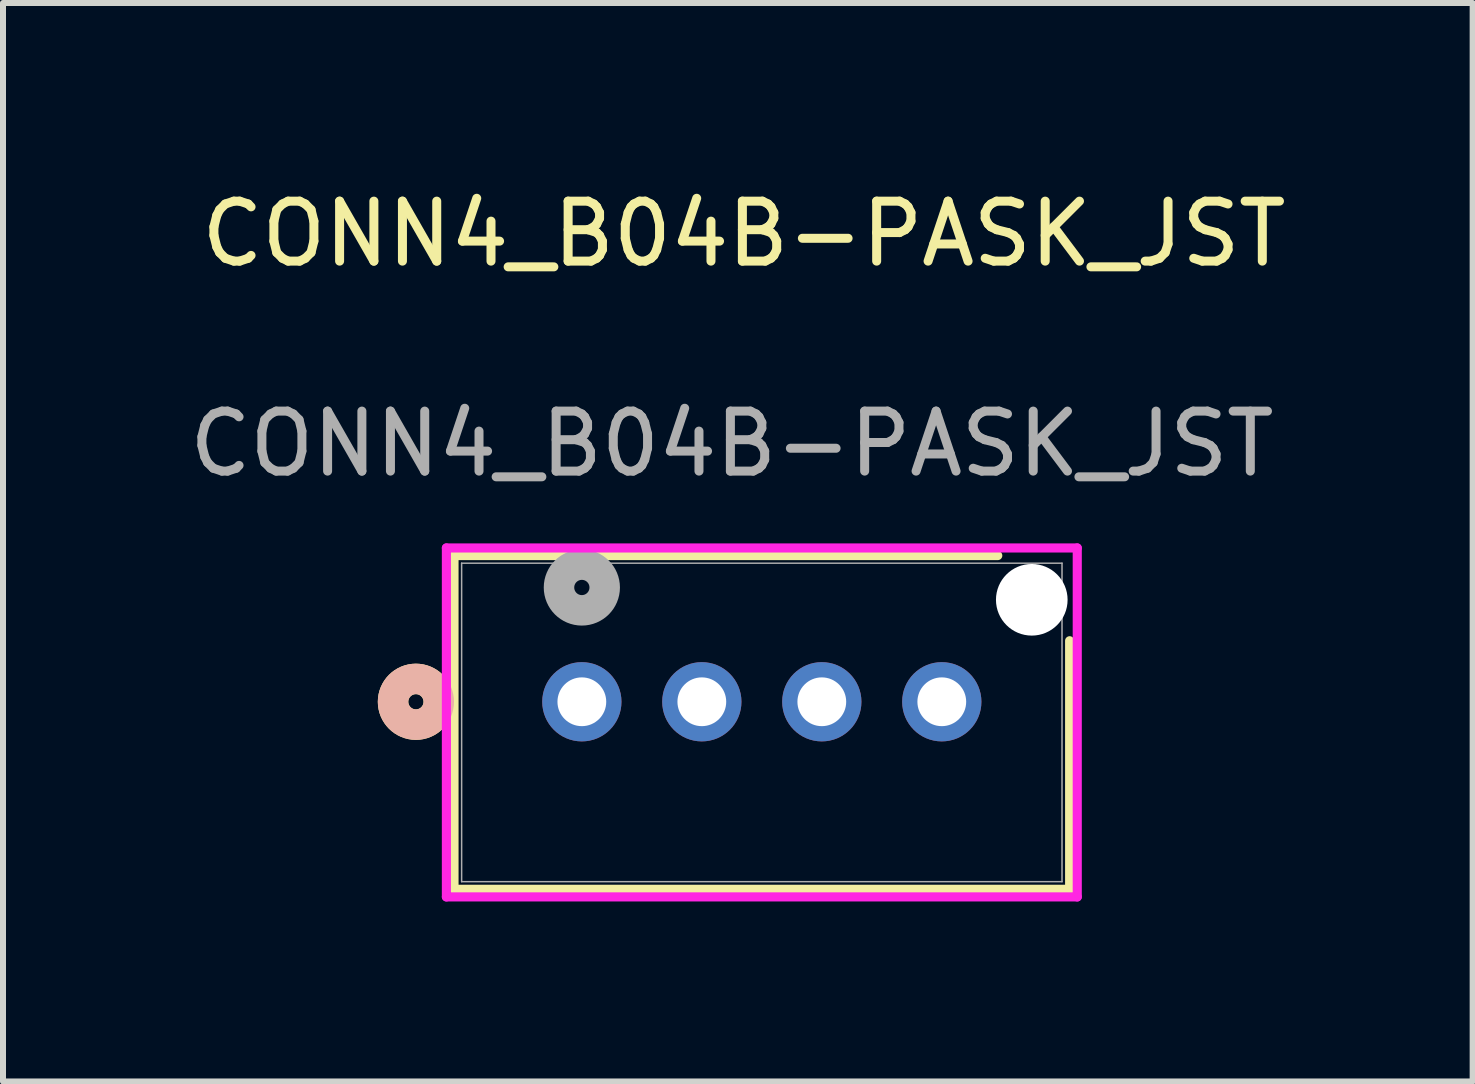
<source format=kicad_pcb>
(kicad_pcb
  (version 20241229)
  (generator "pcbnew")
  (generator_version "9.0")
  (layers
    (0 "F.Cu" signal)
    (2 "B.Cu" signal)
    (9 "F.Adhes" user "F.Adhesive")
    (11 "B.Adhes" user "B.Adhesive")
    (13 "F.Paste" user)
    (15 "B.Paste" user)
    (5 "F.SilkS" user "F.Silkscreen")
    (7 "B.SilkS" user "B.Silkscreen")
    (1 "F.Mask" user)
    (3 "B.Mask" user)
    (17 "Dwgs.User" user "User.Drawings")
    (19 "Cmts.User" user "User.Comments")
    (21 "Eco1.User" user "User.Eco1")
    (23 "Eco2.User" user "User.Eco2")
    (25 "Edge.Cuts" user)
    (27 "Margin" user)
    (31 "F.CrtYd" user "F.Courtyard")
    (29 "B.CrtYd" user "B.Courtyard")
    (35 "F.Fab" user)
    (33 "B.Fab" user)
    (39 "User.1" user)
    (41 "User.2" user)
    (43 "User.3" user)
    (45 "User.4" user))
  (footprint "CONN4_B04B-PASK_JST"
    (layer "F.Cu")
    (at 6.649 8.648)
    (property "Reference" "CONN4_B04B-PASK_JST" (at 2.7 -7.8 0) (unlocked yes) (layer "F.SilkS") (effects (font (size 1 1) (thickness 0.15))))
    (attr through_hole)
    (fp_line (start -2.131 -2.437) (end -2.131 3.126) (stroke (width 0.152) (type solid)) (layer "F.SilkS"))
    (fp_line (start -2.131 3.126) (end 8.131 3.126) (stroke (width 0.152) (type solid)) (layer "F.SilkS"))
    (fp_line (start 6.933 -2.437) (end -2.131 -2.437) (stroke (width 0.152) (type solid)) (layer "F.SilkS"))
    (fp_line (start 8.131 3.126) (end 8.131 -1.017) (stroke (width 0.152) (type solid)) (layer "F.SilkS"))
    (fp_circle (center -2.766 0) (end -2.385 0) (stroke (width 0.508) (type solid)) (fill no) (layer "F.SilkS"))
    (fp_circle (center -2.766 0) (end -2.385 0) (stroke (width 0.508) (type solid)) (fill no) (layer "B.SilkS"))
    (fp_line (start -2.258 -2.564) (end -2.258 3.253) (stroke (width 0.152) (type solid)) (layer "F.CrtYd"))
    (fp_line (start -2.258 3.253) (end 8.258 3.253) (stroke (width 0.152) (type solid)) (layer "F.CrtYd"))
    (fp_line (start 8.258 -2.564) (end -2.258 -2.564) (stroke (width 0.152) (type solid)) (layer "F.CrtYd"))
    (fp_line (start 8.258 3.253) (end 8.258 -2.564) (stroke (width 0.152) (type solid)) (layer "F.CrtYd"))
    (fp_line (start -2.004 -2.31) (end -2.004 2.999) (stroke (width 0.025) (type solid)) (layer "F.Fab"))
    (fp_line (start -2.004 2.999) (end 8.004 2.999) (stroke (width 0.025) (type solid)) (layer "F.Fab"))
    (fp_line (start 8.004 -2.31) (end -2.004 -2.31) (stroke (width 0.025) (type solid)) (layer "F.Fab"))
    (fp_line (start 8.004 2.999) (end 8.004 -2.31) (stroke (width 0.025) (type solid)) (layer "F.Fab"))
    (fp_circle (center 0 -1.905) (end 0.381 -1.905) (stroke (width 0.508) (type solid)) (fill no) (layer "F.Fab"))
    (fp_text user "${REFERENCE}" (at 2.5 -4.3 0) (unlocked yes) (layer "F.Fab") (effects (font (size 1 1) (thickness 0.15))))
    (pad "" np_thru_hole circle (at 7.5 -1.7) (size 1.194 1.194) (drill 1.194) (layers "*.Cu" "*.Mask"))
    (pad "1" thru_hole circle (at 0 0) (size 1.321 1.321) (drill 0.813) (layers "*.Cu" "*.Mask"))
    (pad "2" thru_hole circle (at 2 0) (size 1.321 1.321) (drill 0.813) (layers "*.Cu" "*.Mask"))
    (pad "3" thru_hole circle (at 4 0) (size 1.321 1.321) (drill 0.813) (layers "*.Cu" "*.Mask"))
    (pad "4" thru_hole circle (at 6 0) (size 1.321 1.321) (drill 0.813) (layers "*.Cu" "*.Mask")))
  (gr_rect
    (start -3 -3)
    (end 21.498 14.977)
    (stroke (width 0.1) (type default))
    (fill no)
    (layer "Edge.Cuts")))
</source>
